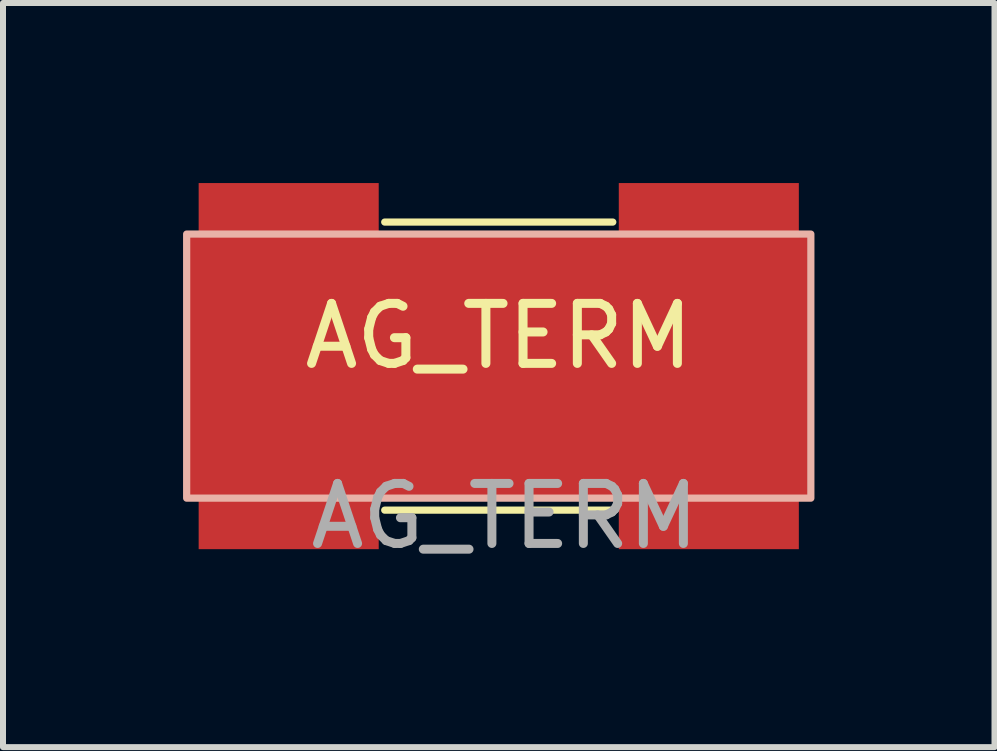
<source format=kicad_pcb>
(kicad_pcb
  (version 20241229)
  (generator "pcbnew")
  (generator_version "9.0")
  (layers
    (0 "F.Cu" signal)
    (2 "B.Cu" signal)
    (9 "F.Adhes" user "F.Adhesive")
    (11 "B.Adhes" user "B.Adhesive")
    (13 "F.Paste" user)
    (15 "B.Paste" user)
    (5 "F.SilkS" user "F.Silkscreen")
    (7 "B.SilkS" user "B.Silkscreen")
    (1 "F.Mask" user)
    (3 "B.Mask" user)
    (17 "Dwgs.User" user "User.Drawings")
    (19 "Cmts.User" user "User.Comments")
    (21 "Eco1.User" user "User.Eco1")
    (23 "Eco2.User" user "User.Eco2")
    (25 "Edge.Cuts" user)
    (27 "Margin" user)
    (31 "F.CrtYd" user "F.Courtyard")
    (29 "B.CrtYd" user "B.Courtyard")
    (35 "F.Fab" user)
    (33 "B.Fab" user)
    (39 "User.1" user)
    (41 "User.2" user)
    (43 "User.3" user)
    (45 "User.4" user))
  (footprint "AG_TERM"
    (layer "F.Cu")
    (at 5.26 3.05)
    (property "Reference" "AG_TERM" (at 0 -0.5 0) (unlocked yes) (layer "F.SilkS") (effects (font (size 1 1) (thickness 0.15))))
    (attr smd)
    (fp_line (start -1.9 -2.4) (end 1.9 -2.4) (stroke (width 0.12) (type solid)) (layer "F.SilkS"))
    (fp_line (start -1.9 2.4) (end 1.9 2.4) (stroke (width 0.12) (type solid)) (layer "F.SilkS"))
    (fp_rect (start -5.2 -2.2) (end 5.2 2.2) (stroke (width 0.12) (type solid)) (fill no) (layer "B.SilkS"))
    (fp_text user "${REFERENCE}" (at 0.1 2.5 0) (unlocked yes) (layer "F.Fab") (effects (font (size 1 1) (thickness 0.15))))
    (pad "1" smd trapezoid (at -3.5 -2) (size 3 2.1) (layers "F.Cu" "F.Mask"))
    (pad "1" smd trapezoid (at -3.5 2) (size 3 2.1) (layers "F.Cu" "F.Mask"))
    (pad "1" smd trapezoid (at 0 0) (size 10.3 4.3) (layers "F.Cu" "F.Mask"))
    (pad "1" smd trapezoid (at 3.5 -2) (size 3 2.1) (layers "F.Cu" "F.Mask"))
    (pad "1" smd trapezoid (at 3.5 2) (size 3 2.1) (layers "F.Cu" "F.Mask")))
  (gr_rect
    (start -3 -3)
    (end 13.52 9.398)
    (stroke (width 0.1) (type default))
    (fill no)
    (layer "Edge.Cuts")))
</source>
